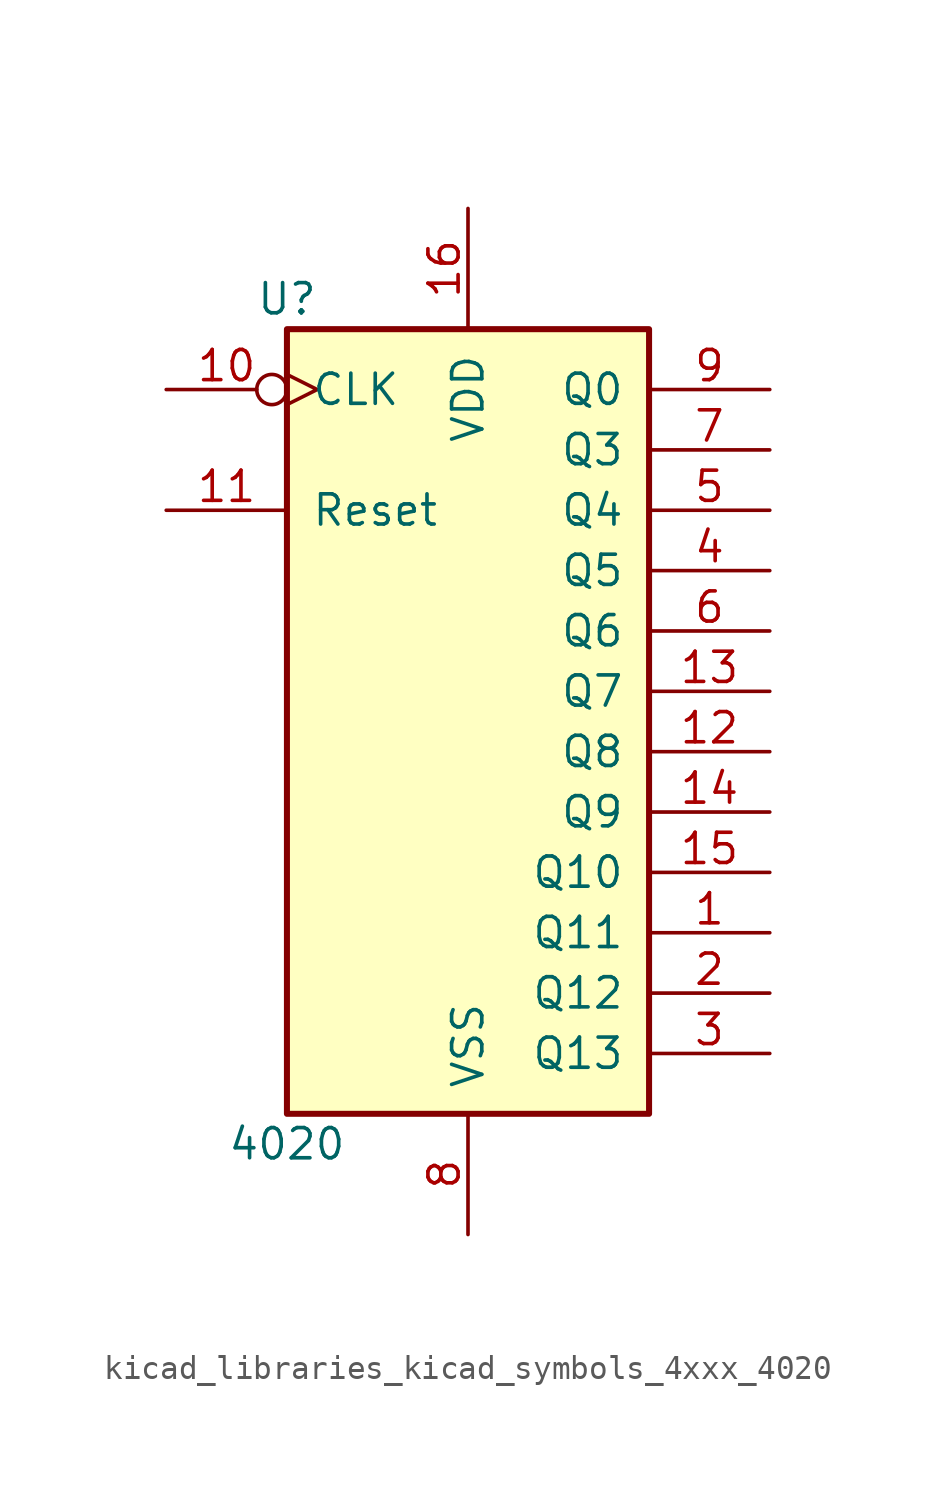
<source format=kicad_sym>
(kicad_symbol_lib
  (version 20220914)
  (generator kicad_symbol_editor)
  (symbol "kicad_libraries_kicad_symbols_4xxx_4020"
    (pin_names
      (offset 1.016))
    (property "Reference" "U"
      (at -7.62 16.51 0)
      (effects (font (size 1.27 1.27))))
    (property "Value" "4020"
      (at -7.62 -19.05 0)
      (effects (font (size 1.27 1.27))))
    (property "ki_locked" ""
      (at 0 0 0)
      (effects (font (size 1.27 1.27))))
    (symbol "kicad_libraries_kicad_symbols_4xxx_4020_1_0"
      (pin output line (at 12.7 -10.16 180) (length 5.08) (name "Q11" (effects (font (size 1.27 1.27)))) (number "1" (effects (font (size 1.27 1.27)))))
      (pin input inverted_clock (at -12.7 12.7 0) (length 5.08) (name "CLK" (effects (font (size 1.27 1.27)))) (number "10" (effects (font (size 1.27 1.27)))))
      (pin input line (at -12.7 7.62 0) (length 5.08) (name "Reset" (effects (font (size 1.27 1.27)))) (number "11" (effects (font (size 1.27 1.27)))))
      (pin output line (at 12.7 -2.54 180) (length 5.08) (name "Q8" (effects (font (size 1.27 1.27)))) (number "12" (effects (font (size 1.27 1.27)))))
      (pin output line (at 12.7 0 180) (length 5.08) (name "Q7" (effects (font (size 1.27 1.27)))) (number "13" (effects (font (size 1.27 1.27)))))
      (pin output line (at 12.7 -5.08 180) (length 5.08) (name "Q9" (effects (font (size 1.27 1.27)))) (number "14" (effects (font (size 1.27 1.27)))))
      (pin output line (at 12.7 -7.62 180) (length 5.08) (name "Q10" (effects (font (size 1.27 1.27)))) (number "15" (effects (font (size 1.27 1.27)))))
      (pin power_in line (at 0 20.32 270) (length 5.08) (name "VDD" (effects (font (size 1.27 1.27)))) (number "16" (effects (font (size 1.27 1.27)))))
      (pin output line (at 12.7 -12.7 180) (length 5.08) (name "Q12" (effects (font (size 1.27 1.27)))) (number "2" (effects (font (size 1.27 1.27)))))
      (pin output line (at 12.7 -15.24 180) (length 5.08) (name "Q13" (effects (font (size 1.27 1.27)))) (number "3" (effects (font (size 1.27 1.27)))))
      (pin output line (at 12.7 5.08 180) (length 5.08) (name "Q5" (effects (font (size 1.27 1.27)))) (number "4" (effects (font (size 1.27 1.27)))))
      (pin output line (at 12.7 7.62 180) (length 5.08) (name "Q4" (effects (font (size 1.27 1.27)))) (number "5" (effects (font (size 1.27 1.27)))))
      (pin output line (at 12.7 2.54 180) (length 5.08) (name "Q6" (effects (font (size 1.27 1.27)))) (number "6" (effects (font (size 1.27 1.27)))))
      (pin output line (at 12.7 10.16 180) (length 5.08) (name "Q3" (effects (font (size 1.27 1.27)))) (number "7" (effects (font (size 1.27 1.27)))))
      (pin power_in line (at 0 -22.86 90) (length 5.08) (name "VSS" (effects (font (size 1.27 1.27)))) (number "8" (effects (font (size 1.27 1.27)))))
      (pin output line (at 12.7 12.7 180) (length 5.08) (name "Q0" (effects (font (size 1.27 1.27)))) (number "9" (effects (font (size 1.27 1.27))))))
    (symbol "kicad_libraries_kicad_symbols_4xxx_4020_1_1"
      (rectangle (start -7.62 15.24) (end 7.62 -17.78) (stroke (width 0.254) (type default)) (fill (type background))))))
</source>
